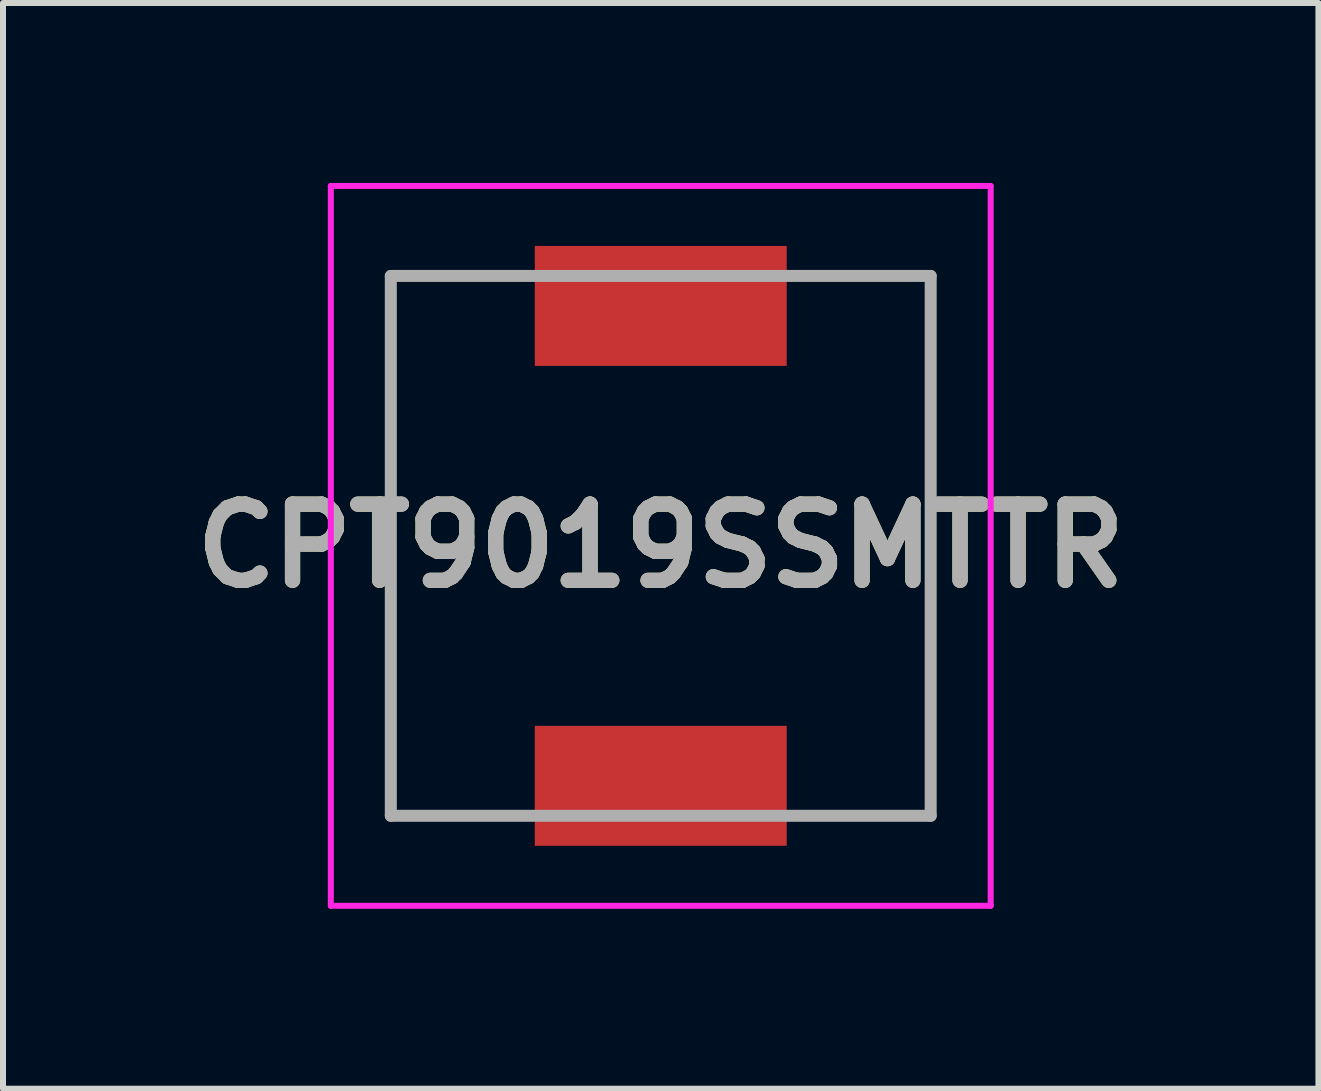
<source format=kicad_pcb>
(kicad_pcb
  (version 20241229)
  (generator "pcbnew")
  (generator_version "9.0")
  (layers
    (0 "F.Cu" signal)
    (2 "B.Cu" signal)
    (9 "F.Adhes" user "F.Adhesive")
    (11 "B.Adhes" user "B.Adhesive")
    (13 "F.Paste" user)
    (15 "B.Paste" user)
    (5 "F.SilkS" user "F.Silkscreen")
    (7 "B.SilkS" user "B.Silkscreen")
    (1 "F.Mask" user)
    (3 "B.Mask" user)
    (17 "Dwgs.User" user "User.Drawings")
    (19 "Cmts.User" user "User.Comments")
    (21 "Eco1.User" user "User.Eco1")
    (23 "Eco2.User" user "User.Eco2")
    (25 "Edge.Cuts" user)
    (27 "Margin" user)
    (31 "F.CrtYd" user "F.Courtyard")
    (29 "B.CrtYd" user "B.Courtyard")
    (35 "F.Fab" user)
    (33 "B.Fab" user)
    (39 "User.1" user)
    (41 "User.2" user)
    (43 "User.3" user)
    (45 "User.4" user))
  (footprint "CPT9019SSMTTR"
    (layer "F.Cu")
    (at 7.965 6.05)
    (property "Reference" "CPT9019SSMTTR" (at 0 0 0) (layer "F.SilkS") (effects (font (size 1.27 1.27) (thickness 0.254))))
    (attr smd)
    (fp_line (start -4.5 -4.5) (end -4.5 4.5) (stroke (width 0.1) (type solid)) (layer "F.SilkS"))
    (fp_line (start -4.5 4.5) (end -2.54 4.5) (stroke (width 0.1) (type solid)) (layer "F.SilkS"))
    (fp_line (start -2.54 -4.5) (end -4.5 -4.5) (stroke (width 0.1) (type solid)) (layer "F.SilkS"))
    (fp_line (start 2.54 -4.5) (end 4.5 -4.5) (stroke (width 0.1) (type solid)) (layer "F.SilkS"))
    (fp_line (start 4.5 -4.5) (end 4.5 4.5) (stroke (width 0.1) (type solid)) (layer "F.SilkS"))
    (fp_line (start 4.5 4.5) (end 2.54 4.5) (stroke (width 0.1) (type solid)) (layer "F.SilkS"))
    (fp_line (start -5.5 -6) (end 5.5 -6) (stroke (width 0.1) (type solid)) (layer "F.CrtYd"))
    (fp_line (start -5.5 6) (end -5.5 -6) (stroke (width 0.1) (type solid)) (layer "F.CrtYd"))
    (fp_line (start 5.5 -6) (end 5.5 6) (stroke (width 0.1) (type solid)) (layer "F.CrtYd"))
    (fp_line (start 5.5 6) (end -5.5 6) (stroke (width 0.1) (type solid)) (layer "F.CrtYd"))
    (fp_line (start -4.5 -4.5) (end 4.5 -4.5) (stroke (width 0.2) (type solid)) (layer "F.Fab"))
    (fp_line (start -4.5 4.5) (end -4.5 -4.5) (stroke (width 0.2) (type solid)) (layer "F.Fab"))
    (fp_line (start 4.5 -4.5) (end 4.5 4.5) (stroke (width 0.2) (type solid)) (layer "F.Fab"))
    (fp_line (start 4.5 4.5) (end -4.5 4.5) (stroke (width 0.2) (type solid)) (layer "F.Fab"))
    (fp_text user "${REFERENCE}" (at 0 0 0) (layer "F.Fab") (effects (font (size 1.27 1.27) (thickness 0.254))))
    (pad "1" smd rect (at 0 -4 90) (size 2 4.2) (layers "F.Cu" "F.Mask" "F.Paste"))
    (pad "2" smd rect (at 0 4 90) (size 2 4.2) (layers "F.Cu" "F.Mask" "F.Paste")))
  (gr_rect
    (start -3 -3)
    (end 18.929 15.1)
    (stroke (width 0.1) (type default))
    (fill no)
    (layer "Edge.Cuts")))
</source>
